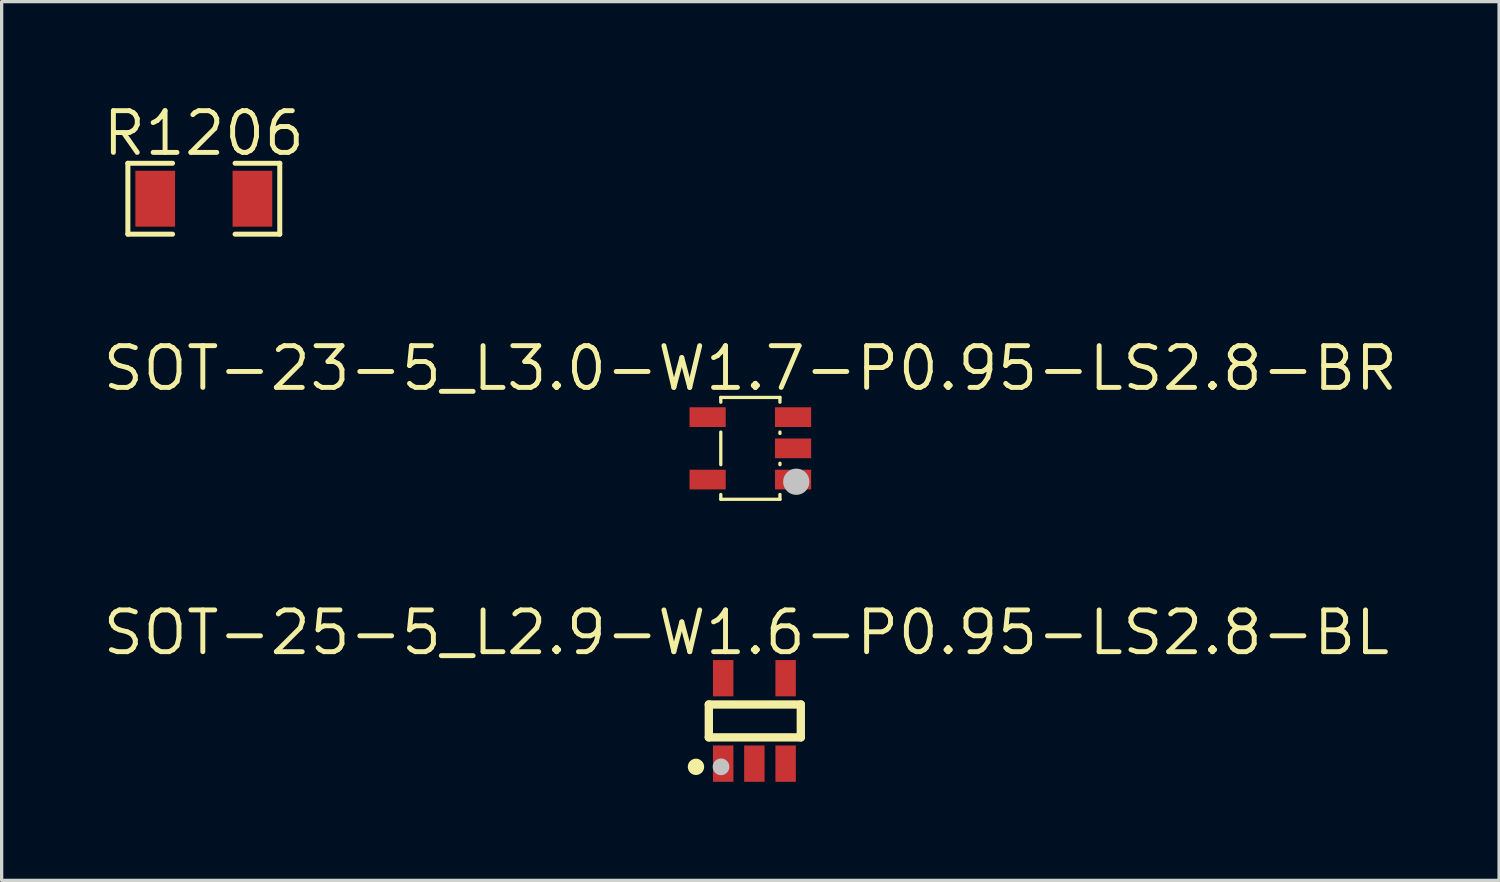
<source format=kicad_pcb>
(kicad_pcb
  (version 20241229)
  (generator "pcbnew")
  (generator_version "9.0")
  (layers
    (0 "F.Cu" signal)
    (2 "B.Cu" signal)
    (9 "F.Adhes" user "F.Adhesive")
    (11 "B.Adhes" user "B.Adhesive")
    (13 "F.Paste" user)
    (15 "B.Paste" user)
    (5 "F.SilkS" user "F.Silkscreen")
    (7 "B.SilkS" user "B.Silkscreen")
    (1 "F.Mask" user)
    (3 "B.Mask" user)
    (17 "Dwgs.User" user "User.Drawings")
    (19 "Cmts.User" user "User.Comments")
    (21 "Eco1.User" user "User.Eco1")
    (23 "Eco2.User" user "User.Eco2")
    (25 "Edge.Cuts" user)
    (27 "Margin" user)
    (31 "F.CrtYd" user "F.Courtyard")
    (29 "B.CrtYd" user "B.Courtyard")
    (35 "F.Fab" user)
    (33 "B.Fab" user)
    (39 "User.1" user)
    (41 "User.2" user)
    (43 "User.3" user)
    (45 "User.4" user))
  (footprint "R1206"
    (layer "F.Cu")
    (at 3.152 2.997)
    (property "Reference" "R1206" (at 0 -1.99 0) (layer "F.SilkS") (effects (font (size 1.27 1.27) (thickness 0.15))))
    (fp_line (start -2.311 -1.079) (end -0.951 -1.079) (stroke (width 0.152) (type default)) (layer "F.SilkS"))
    (fp_line (start -2.311 1.079) (end -2.311 -1.079) (stroke (width 0.152) (type default)) (layer "F.SilkS"))
    (fp_line (start -0.951 1.079) (end -2.311 1.079) (stroke (width 0.152) (type default)) (layer "F.SilkS"))
    (fp_line (start 0.951 1.079) (end 2.311 1.079) (stroke (width 0.152) (type default)) (layer "F.SilkS"))
    (fp_line (start 2.311 -1.079) (end 0.951 -1.079) (stroke (width 0.152) (type default)) (layer "F.SilkS"))
    (fp_line (start 2.311 1.079) (end 2.311 -1.079) (stroke (width 0.152) (type default)) (layer "F.SilkS"))
    (fp_circle (center -1.55 0.787) (end -1.52 0.787) (stroke (width 0.06) (type default)) (fill no) (layer "User.5"))
    (pad "1" smd rect (at -1.479 0) (size 1.208 1.701) (layers "F.Cu" "F.Mask" "F.Paste"))
    (pad "2" smd rect (at 1.479 0) (size 1.208 1.701) (layers "F.Cu" "F.Mask" "F.Paste"))
    (zone (net_name "") (layer "F.Paste") (hatch edge 0.5) (priority 100) (connect_pads yes) (min_thickness 0) (filled_areas_thickness no) (fill yes) (polygon (pts (xy 2.277 3.747) (xy 2.277 3.386) (xy 2.177 3.286) (xy 1.966 3.286) (xy 1.866 3.186) (xy 1.866 2.807) (xy 1.966 2.707) (xy 2.177 2.707) (xy 2.277 2.607) (xy 2.277 2.246) (xy 2.177 2.146) (xy 1.17 2.146) (xy 1.07 2.246) (xy 1.07 3.747) (xy 1.17 3.847) (xy 2.177 3.847))) (filled_polygon (layer "F.Paste") (island) (pts (xy 2.277 3.747) (xy 2.277 3.386) (xy 2.177 3.286) (xy 1.966 3.286) (xy 1.866 3.186) (xy 1.866 2.807) (xy 1.966 2.707) (xy 2.177 2.707) (xy 2.277 2.607) (xy 2.277 2.246) (xy 2.177 2.146) (xy 1.17 2.146) (xy 1.07 2.246) (xy 1.07 3.747) (xy 1.17 3.847) (xy 2.177 3.847))))
    (zone (net_name "") (layer "F.Paste") (hatch edge 0.5) (priority 100) (connect_pads yes) (min_thickness 0) (filled_areas_thickness no) (fill yes) (polygon (pts (xy 4.027 3.747) (xy 4.027 3.386) (xy 4.127 3.286) (xy 4.338 3.286) (xy 4.438 3.186) (xy 4.438 2.807) (xy 4.338 2.707) (xy 4.127 2.707) (xy 4.027 2.607) (xy 4.027 2.246) (xy 4.127 2.146) (xy 5.135 2.146) (xy 5.235 2.246) (xy 5.235 3.747) (xy 5.135 3.847) (xy 4.127 3.847))) (filled_polygon (layer "F.Paste") (island) (pts (xy 4.027 3.747) (xy 4.027 3.386) (xy 4.127 3.286) (xy 4.338 3.286) (xy 4.438 3.186) (xy 4.438 2.807) (xy 4.338 2.707) (xy 4.127 2.707) (xy 4.027 2.607) (xy 4.027 2.246) (xy 4.127 2.146) (xy 5.135 2.146) (xy 5.235 2.246) (xy 5.235 3.747) (xy 5.135 3.847) (xy 4.127 3.847))))
    (zone (net_name "") (layer "User.3") (hatch edge 0.5) (priority 100) (connect_pads yes) (min_thickness 0) (filled_areas_thickness no) (fill yes) (polygon (pts (xy 1.602 3.784) (xy 1.602 2.209) (xy 4.702 2.209) (xy 4.702 3.784))) (filled_polygon (layer "User.3") (island) (pts (xy 1.602 3.784) (xy 1.602 2.209) (xy 4.702 2.209) (xy 4.702 3.784))))
    (zone (net_name "") (layer "User.4") (hatch edge 0.5) (priority 100) (connect_pads yes) (min_thickness 0) (filled_areas_thickness no) (fill yes) (polygon (pts (xy 1.602 3.784) (xy 1.602 2.209) (xy 2.052 2.209) (xy 2.052 3.784))) (filled_polygon (layer "User.4") (island) (pts (xy 1.602 3.784) (xy 1.602 2.209) (xy 2.052 2.209) (xy 2.052 3.784))))
    (zone (net_name "") (layer "User.4") (hatch edge 0.5) (priority 100) (connect_pads yes) (min_thickness 0) (filled_areas_thickness no) (fill yes) (polygon (pts (xy 4.702 3.784) (xy 4.702 2.209) (xy 4.252 2.209) (xy 4.252 3.784))) (filled_polygon (layer "User.4") (island) (pts (xy 4.702 3.784) (xy 4.702 2.209) (xy 4.252 2.209) (xy 4.252 3.784)))))
  (footprint "SOT-25-5_L2.9-W1.6-P0.95-LS2.8-BL"
    (layer "F.Cu")
    (at 19.906 18.887)
    (property "Reference" "SOT-25-5_L2.9-W1.6-P0.95-LS2.8-BL" (at -0.244 -2.687 0) (layer "F.SilkS") (effects (font (size 1.27 1.27) (thickness 0.15))))
    (fp_line (start -1.387 -0.5) (end 1.412 -0.5) (stroke (width 0.254) (type default)) (layer "F.SilkS"))
    (fp_line (start -1.387 0.5) (end -1.387 -0.5) (stroke (width 0.254) (type default)) (layer "F.SilkS"))
    (fp_line (start 1.412 -0.5) (end 1.412 0.5) (stroke (width 0.254) (type default)) (layer "F.SilkS"))
    (fp_line (start 1.412 0.5) (end -1.387 0.5) (stroke (width 0.254) (type default)) (layer "F.SilkS"))
    (fp_arc (start -1.7796 1.5215) (mid -1.7783 1.272493) (end -1.777 1.5215) (stroke (width 0.2489) (type default)) (layer "F.SilkS"))
    (fp_circle (center -1.016 1.397) (end -0.889 1.397) (stroke (width 0.254) (type default)) (fill no) (layer "Dwgs.User"))
    (fp_circle (center -1.45 1.4) (end -1.42 1.4) (stroke (width 0.06) (type default)) (fill no) (layer "User.5"))
    (pad "1" smd rect (at -0.95 1.3) (size 0.622 1.105) (layers "F.Cu" "F.Mask" "F.Paste"))
    (pad "2" smd rect (at -0.001 1.3) (size 0.622 1.105) (layers "F.Cu" "F.Mask" "F.Paste"))
    (pad "3" smd rect (at 0.95 1.3) (size 0.622 1.105) (layers "F.Cu" "F.Mask" "F.Paste"))
    (pad "4" smd rect (at 0.95 -1.3) (size 0.622 1.105) (layers "F.Cu" "F.Mask" "F.Paste"))
    (pad "5" smd rect (at -0.95 -1.3) (size 0.622 1.105) (layers "F.Cu" "F.Mask" "F.Paste"))
    (zone (net_name "") (layer "User.3") (hatch edge 0.5) (priority 100) (connect_pads yes) (min_thickness 0) (filled_areas_thickness no) (fill yes) (polygon (pts (xy 18.456 19.687) (xy 18.456 18.087) (xy 21.356 18.087) (xy 21.356 19.687))) (filled_polygon (layer "User.3") (island) (pts (xy 18.456 19.687) (xy 18.456 18.087) (xy 21.356 18.087) (xy 21.356 19.687))))
    (zone (net_name "") (layer "User.4") (hatch edge 0.5) (priority 100) (connect_pads yes) (min_thickness 0) (filled_areas_thickness no) (fill yes) (polygon (pts (xy 18.756 17.687) (xy 18.756 17.487) (xy 19.156 17.487) (xy 19.156 17.687))) (filled_polygon (layer "User.4") (island) (pts (xy 18.756 17.687) (xy 18.756 17.487) (xy 19.156 17.487) (xy 19.156 17.687))))
    (zone (net_name "") (layer "User.4") (hatch edge 0.5) (priority 100) (connect_pads) (min_thickness 0) (filled_areas_thickness no) (keepout (tracks allowed) (vias allowed) (pads allowed) (copperpour not_allowed) (footprints allowed)) (placement (enabled no)) (fill) (polygon (pts (xy 18.756 18.097) (xy 18.756 17.677) (xy 19.156 17.677) (xy 19.156 18.097))))
    (zone (net_name "") (layer "User.4") (hatch edge 0.5) (priority 100) (connect_pads) (min_thickness 0) (filled_areas_thickness no) (keepout (tracks allowed) (vias allowed) (pads allowed) (copperpour not_allowed) (footprints allowed)) (placement (enabled no)) (fill) (polygon (pts (xy 18.756 20.097) (xy 18.756 19.677) (xy 19.156 19.677) (xy 19.156 20.097))))
    (zone (net_name "") (layer "User.4") (hatch edge 0.5) (priority 100) (connect_pads yes) (min_thickness 0) (filled_areas_thickness no) (fill yes) (polygon (pts (xy 18.756 20.287) (xy 18.756 20.087) (xy 19.156 20.087) (xy 19.156 20.287))) (filled_polygon (layer "User.4") (island) (pts (xy 18.756 20.287) (xy 18.756 20.087) (xy 19.156 20.087) (xy 19.156 20.287))))
    (zone (net_name "") (layer "User.4") (hatch edge 0.5) (priority 100) (connect_pads) (min_thickness 0) (filled_areas_thickness no) (keepout (tracks allowed) (vias allowed) (pads allowed) (copperpour not_allowed) (footprints allowed)) (placement (enabled no)) (fill) (polygon (pts (xy 19.706 20.097) (xy 19.706 19.677) (xy 20.106 19.677) (xy 20.106 20.097))))
    (zone (net_name "") (layer "User.4") (hatch edge 0.5) (priority 100) (connect_pads yes) (min_thickness 0) (filled_areas_thickness no) (fill yes) (polygon (pts (xy 19.706 20.287) (xy 19.706 20.087) (xy 20.106 20.087) (xy 20.106 20.287))) (filled_polygon (layer "User.4") (island) (pts (xy 19.706 20.287) (xy 19.706 20.087) (xy 20.106 20.087) (xy 20.106 20.287))))
    (zone (net_name "") (layer "User.4") (hatch edge 0.5) (priority 100) (connect_pads yes) (min_thickness 0) (filled_areas_thickness no) (fill yes) (polygon (pts (xy 20.655 17.687) (xy 20.655 17.487) (xy 21.055 17.487) (xy 21.055 17.687))) (filled_polygon (layer "User.4") (island) (pts (xy 20.655 17.687) (xy 20.655 17.487) (xy 21.055 17.487) (xy 21.055 17.687))))
    (zone (net_name "") (layer "User.4") (hatch edge 0.5) (priority 100) (connect_pads) (min_thickness 0) (filled_areas_thickness no) (keepout (tracks allowed) (vias allowed) (pads allowed) (copperpour not_allowed) (footprints allowed)) (placement (enabled no)) (fill) (polygon (pts (xy 20.655 18.097) (xy 20.655 17.677) (xy 21.055 17.677) (xy 21.055 18.097))))
    (zone (net_name "") (layer "User.4") (hatch edge 0.5) (priority 100) (connect_pads) (min_thickness 0) (filled_areas_thickness no) (keepout (tracks allowed) (vias allowed) (pads allowed) (copperpour not_allowed) (footprints allowed)) (placement (enabled no)) (fill) (polygon (pts (xy 20.655 20.097) (xy 20.655 19.677) (xy 21.055 19.677) (xy 21.055 20.097))))
    (zone (net_name "") (layer "User.4") (hatch edge 0.5) (priority 100) (connect_pads yes) (min_thickness 0) (filled_areas_thickness no) (fill yes) (polygon (pts (xy 20.655 20.287) (xy 20.655 20.087) (xy 21.055 20.087) (xy 21.055 20.287))) (filled_polygon (layer "User.4") (island) (pts (xy 20.655 20.287) (xy 20.655 20.087) (xy 21.055 20.087) (xy 21.055 20.287)))))
  (footprint "SOT-23-5_L3.0-W1.7-P0.95-LS2.8-BR"
    (layer "F.Cu")
    (at 19.783 10.593)
    (property "Reference" "SOT-23-5_L3.0-W1.7-P0.95-LS2.8-BR" (at 0 -2.435 0) (layer "F.SilkS") (effects (font (size 1.27 1.27) (thickness 0.15))))
    (fp_line (start -0.9 -1.55) (end -0.9 -1.404) (stroke (width 0.1) (type default)) (layer "F.SilkS"))
    (fp_line (start -0.9 -1.55) (end 0.9 -1.55) (stroke (width 0.1) (type default)) (layer "F.SilkS"))
    (fp_line (start -0.9 -0.496) (end -0.9 0.496) (stroke (width 0.1) (type default)) (layer "F.SilkS"))
    (fp_line (start -0.9 1.404) (end -0.9 1.55) (stroke (width 0.1) (type default)) (layer "F.SilkS"))
    (fp_line (start -0.9 1.55) (end 0.9 1.55) (stroke (width 0.1) (type default)) (layer "F.SilkS"))
    (fp_line (start 0.9 -1.55) (end 0.9 -1.404) (stroke (width 0.1) (type default)) (layer "F.SilkS"))
    (fp_line (start 0.9 -0.496) (end 0.9 -0.454) (stroke (width 0.1) (type default)) (layer "F.SilkS"))
    (fp_line (start 0.9 0.454) (end 0.9 0.496) (stroke (width 0.1) (type default)) (layer "F.SilkS"))
    (fp_line (start 0.9 1.404) (end 0.9 1.55) (stroke (width 0.1) (type default)) (layer "F.SilkS"))
    (fp_circle (center 1.397 1.016) (end 1.597 1.016) (stroke (width 0.4) (type default)) (fill no) (layer "Dwgs.User"))
    (fp_circle (center 1.4 1.45) (end 1.43 1.45) (stroke (width 0.06) (type default)) (fill no) (layer "User.5"))
    (pad "1" smd rect (at 1.3 0.95) (size 1.1 0.6) (layers "F.Cu" "F.Mask" "F.Paste"))
    (pad "2" smd rect (at 1.3 0) (size 1.1 0.6) (layers "F.Cu" "F.Mask" "F.Paste"))
    (pad "3" smd rect (at 1.3 -0.95) (size 1.1 0.6) (layers "F.Cu" "F.Mask" "F.Paste"))
    (pad "4" smd rect (at -1.3 -0.95) (size 1.1 0.6) (layers "F.Cu" "F.Mask" "F.Paste"))
    (pad "5" smd rect (at -1.3 0.95) (size 1.1 0.6) (layers "F.Cu" "F.Mask" "F.Paste"))
    (zone (net_name "") (layer "F.SilkS") (hatch edge 0.5) (priority 100) (connect_pads yes) (min_thickness 0) (filled_areas_thickness no) (fill yes) (polygon (pts (arc (start 19.987001 11.609) (mid 20.164001 11.429888) (end 20.341001 11.609)) (arc (start 20.341001 11.609) (mid 20.164001 11.788112) (end 19.987001 11.609)))) (filled_polygon (layer "F.SilkS") (island) (pts (arc (start 19.987001 11.609) (mid 20.164001 11.429888) (end 20.341001 11.609)) (arc (start 20.341001 11.609) (mid 20.164001 11.788112) (end 19.987001 11.609)))))
    (zone (net_name "") (layer "User.3") (hatch edge 0.5) (priority 100) (connect_pads yes) (min_thickness 0) (filled_areas_thickness no) (fill yes) (polygon (pts (xy 18.983 9.143) (xy 20.583 9.143) (xy 20.583 12.043) (xy 18.983 12.043))) (filled_polygon (layer "User.3") (island) (pts (xy 18.983 9.143) (xy 20.583 9.143) (xy 20.583 12.043) (xy 18.983 12.043))))
    (zone (net_name "") (layer "User.4") (hatch edge 0.5) (priority 100) (connect_pads yes) (min_thickness 0) (filled_areas_thickness no) (fill yes) (polygon (pts (xy 18.383 9.843) (xy 18.383 9.443) (xy 18.833 9.443) (xy 18.833 9.843))) (filled_polygon (layer "User.4") (island) (pts (xy 18.383 9.843) (xy 18.383 9.443) (xy 18.833 9.443) (xy 18.833 9.843))))
    (zone (net_name "") (layer "User.4") (hatch edge 0.5) (priority 100) (connect_pads yes) (min_thickness 0) (filled_areas_thickness no) (fill yes) (polygon (pts (xy 18.383 11.743) (xy 18.383 11.343) (xy 18.833 11.343) (xy 18.833 11.743))) (filled_polygon (layer "User.4") (island) (pts (xy 18.383 11.743) (xy 18.383 11.343) (xy 18.833 11.343) (xy 18.833 11.743))))
    (zone (net_name "") (layer "User.4") (hatch edge 0.5) (priority 100) (connect_pads) (min_thickness 0) (filled_areas_thickness no) (keepout (tracks allowed) (vias allowed) (pads allowed) (copperpour not_allowed) (footprints allowed)) (placement (enabled no)) (fill) (polygon (pts (xy 18.823 9.843) (xy 18.823 9.443) (xy 18.993 9.443) (xy 18.993 9.843))))
    (zone (net_name "") (layer "User.4") (hatch edge 0.5) (priority 100) (connect_pads) (min_thickness 0) (filled_areas_thickness no) (keepout (tracks allowed) (vias allowed) (pads allowed) (copperpour not_allowed) (footprints allowed)) (placement (enabled no)) (fill) (polygon (pts (xy 18.823 11.743) (xy 18.823 11.343) (xy 18.993 11.343) (xy 18.993 11.743))))
    (zone (net_name "") (layer "User.4") (hatch edge 0.5) (priority 100) (connect_pads) (min_thickness 0) (filled_areas_thickness no) (keepout (tracks allowed) (vias allowed) (pads allowed) (copperpour not_allowed) (footprints allowed)) (placement (enabled no)) (fill) (polygon (pts (xy 20.573 9.843) (xy 20.573 9.443) (xy 20.743 9.443) (xy 20.743 9.843))))
    (zone (net_name "") (layer "User.4") (hatch edge 0.5) (priority 100) (connect_pads) (min_thickness 0) (filled_areas_thickness no) (keepout (tracks allowed) (vias allowed) (pads allowed) (copperpour not_allowed) (footprints allowed)) (placement (enabled no)) (fill) (polygon (pts (xy 20.573 10.793) (xy 20.573 10.393) (xy 20.743 10.393) (xy 20.743 10.793))))
    (zone (net_name "") (layer "User.4") (hatch edge 0.5) (priority 100) (connect_pads) (min_thickness 0) (filled_areas_thickness no) (keepout (tracks allowed) (vias allowed) (pads allowed) (copperpour not_allowed) (footprints allowed)) (placement (enabled no)) (fill) (polygon (pts (xy 20.573 11.743) (xy 20.573 11.343) (xy 20.743 11.343) (xy 20.743 11.743))))
    (zone (net_name "") (layer "User.4") (hatch edge 0.5) (priority 100) (connect_pads yes) (min_thickness 0) (filled_areas_thickness no) (fill yes) (polygon (pts (xy 20.733 9.843) (xy 20.733 9.443) (xy 21.183 9.443) (xy 21.183 9.843))) (filled_polygon (layer "User.4") (island) (pts (xy 20.733 9.843) (xy 20.733 9.443) (xy 21.183 9.443) (xy 21.183 9.843))))
    (zone (net_name "") (layer "User.4") (hatch edge 0.5) (priority 100) (connect_pads yes) (min_thickness 0) (filled_areas_thickness no) (fill yes) (polygon (pts (xy 20.733 10.793) (xy 20.733 10.393) (xy 21.183 10.393) (xy 21.183 10.793))) (filled_polygon (layer "User.4") (island) (pts (xy 20.733 10.793) (xy 20.733 10.393) (xy 21.183 10.393) (xy 21.183 10.793))))
    (zone (net_name "") (layer "User.4") (hatch edge 0.5) (priority 100) (connect_pads yes) (min_thickness 0) (filled_areas_thickness no) (fill yes) (polygon (pts (xy 20.733 11.743) (xy 20.733 11.343) (xy 21.183 11.343) (xy 21.183 11.743))) (filled_polygon (layer "User.4") (island) (pts (xy 20.733 11.743) (xy 20.733 11.343) (xy 21.183 11.343) (xy 21.183 11.743)))))
  (gr_rect
    (start -3 -3)
    (end 42.566 23.739)
    (stroke (width 0.1) (type default))
    (fill no)
    (layer "Edge.Cuts")))
</source>
